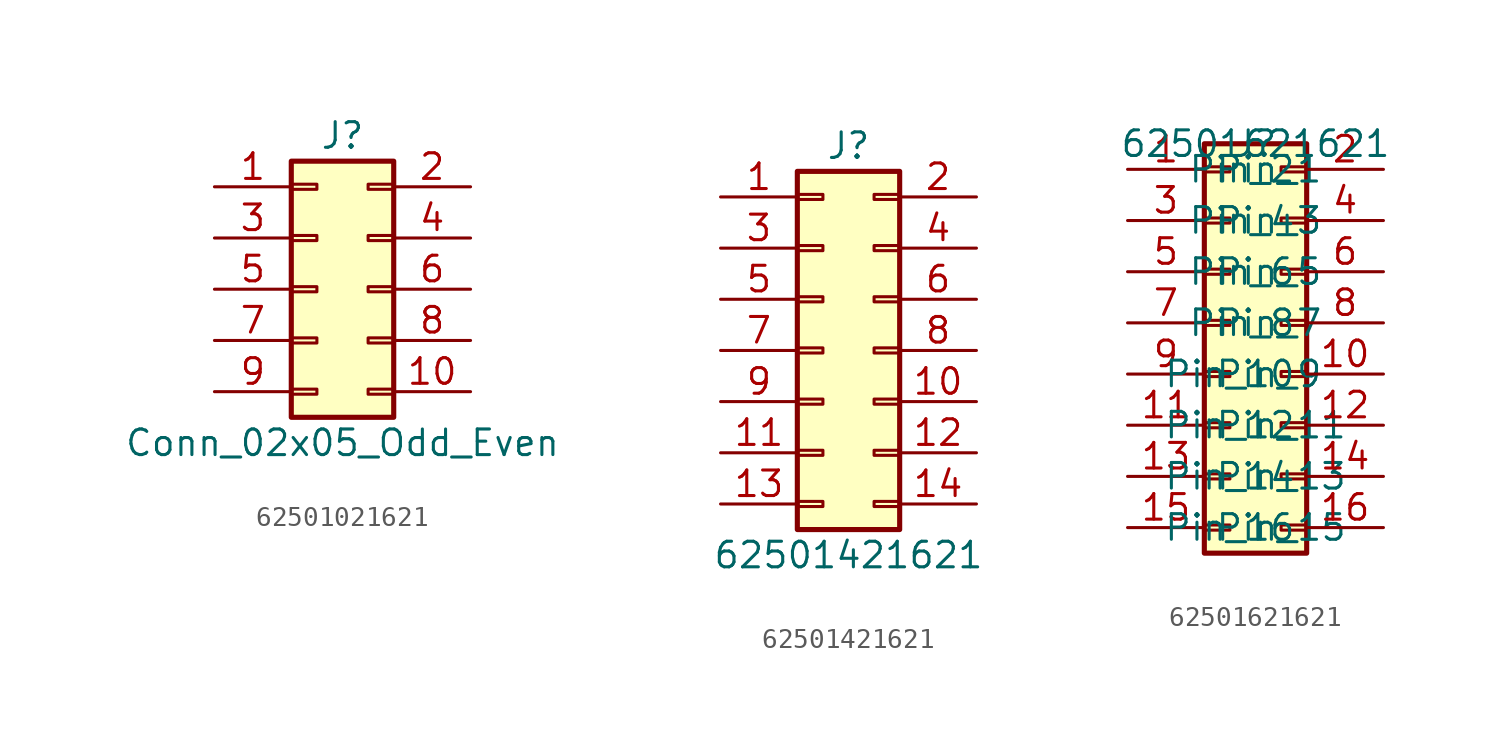
<source format=kicad_sym>
(kicad_symbol_lib
  (version 20231120)
  (generator "kicad_symbol_editor")
  (generator_version "8.0")
  (symbol "62501021621"
    (pin_names
      (offset 1.016) hide)
    (property "Reference" "J"
      (at 0 7.62 0)
      (effects (font (size 1.27 1.27))))
    (property "Value" "Conn_02x05_Odd_Even"
      (at 0 -7.62 0)
      (effects (font (size 1.27 1.27))))
    (symbol "62501021621_1_1"
      (rectangle (start -2.54 -4.953) (end -1.27 -5.207) (stroke (width 0.152) (type default)) (fill (type none)))
      (rectangle (start -2.54 -2.413) (end -1.27 -2.667) (stroke (width 0.152) (type default)) (fill (type none)))
      (rectangle (start -2.54 0.127) (end -1.27 -0.127) (stroke (width 0.152) (type default)) (fill (type none)))
      (rectangle (start -2.54 2.667) (end -1.27 2.413) (stroke (width 0.152) (type default)) (fill (type none)))
      (rectangle (start -2.54 5.207) (end -1.27 4.953) (stroke (width 0.152) (type default)) (fill (type none)))
      (rectangle (start -2.54 6.35) (end 2.54 -6.35) (stroke (width 0.254) (type default)) (fill (type background)))
      (rectangle (start 2.54 -4.953) (end 1.27 -5.207) (stroke (width 0.152) (type default)) (fill (type none)))
      (rectangle (start 2.54 -2.413) (end 1.27 -2.667) (stroke (width 0.152) (type default)) (fill (type none)))
      (rectangle (start 2.54 0.127) (end 1.27 -0.127) (stroke (width 0.152) (type default)) (fill (type none)))
      (rectangle (start 2.54 2.667) (end 1.27 2.413) (stroke (width 0.152) (type default)) (fill (type none)))
      (rectangle (start 2.54 5.207) (end 1.27 4.953) (stroke (width 0.152) (type default)) (fill (type none)))
      (pin passive line (at -6.35 5.08 0) (length 3.81) (name "Pin_1" (effects (font (size 1.27 1.27)))) (number "1" (effects (font (size 1.27 1.27)))))
      (pin passive line (at 6.35 -5.08 180) (length 3.81) (name "Pin_10" (effects (font (size 1.27 1.27)))) (number "10" (effects (font (size 1.27 1.27)))))
      (pin passive line (at 6.35 5.08 180) (length 3.81) (name "Pin_2" (effects (font (size 1.27 1.27)))) (number "2" (effects (font (size 1.27 1.27)))))
      (pin passive line (at -6.35 2.54 0) (length 3.81) (name "Pin_3" (effects (font (size 1.27 1.27)))) (number "3" (effects (font (size 1.27 1.27)))))
      (pin passive line (at 6.35 2.54 180) (length 3.81) (name "Pin_4" (effects (font (size 1.27 1.27)))) (number "4" (effects (font (size 1.27 1.27)))))
      (pin passive line (at -6.35 0 0) (length 3.81) (name "Pin_5" (effects (font (size 1.27 1.27)))) (number "5" (effects (font (size 1.27 1.27)))))
      (pin passive line (at 6.35 0 180) (length 3.81) (name "Pin_6" (effects (font (size 1.27 1.27)))) (number "6" (effects (font (size 1.27 1.27)))))
      (pin passive line (at -6.35 -2.54 0) (length 3.81) (name "Pin_7" (effects (font (size 1.27 1.27)))) (number "7" (effects (font (size 1.27 1.27)))))
      (pin passive line (at 6.35 -2.54 180) (length 3.81) (name "Pin_8" (effects (font (size 1.27 1.27)))) (number "8" (effects (font (size 1.27 1.27)))))
      (pin passive line (at -6.35 -5.08 0) (length 3.81) (name "Pin_9" (effects (font (size 1.27 1.27)))) (number "9" (effects (font (size 1.27 1.27)))))))
  (symbol "62501421621"
    (pin_names
      (offset 1.016) hide)
    (property "Reference" "J"
      (at 0 10.16 0)
      (effects (font (size 1.27 1.27))))
    (property "Value" "62501421621"
      (at 0 -10.16 0)
      (effects (font (size 1.27 1.27))))
    (symbol "62501421621_1_1"
      (rectangle (start -2.54 -7.493) (end -1.27 -7.747) (stroke (width 0.152) (type default)) (fill (type none)))
      (rectangle (start -2.54 -4.953) (end -1.27 -5.207) (stroke (width 0.152) (type default)) (fill (type none)))
      (rectangle (start -2.54 -2.413) (end -1.27 -2.667) (stroke (width 0.152) (type default)) (fill (type none)))
      (rectangle (start -2.54 0.127) (end -1.27 -0.127) (stroke (width 0.152) (type default)) (fill (type none)))
      (rectangle (start -2.54 2.667) (end -1.27 2.413) (stroke (width 0.152) (type default)) (fill (type none)))
      (rectangle (start -2.54 5.207) (end -1.27 4.953) (stroke (width 0.152) (type default)) (fill (type none)))
      (rectangle (start -2.54 7.747) (end -1.27 7.493) (stroke (width 0.152) (type default)) (fill (type none)))
      (rectangle (start -2.54 8.89) (end 2.54 -8.89) (stroke (width 0.254) (type default)) (fill (type background)))
      (rectangle (start 2.54 -7.493) (end 1.27 -7.747) (stroke (width 0.152) (type default)) (fill (type none)))
      (rectangle (start 2.54 -4.953) (end 1.27 -5.207) (stroke (width 0.152) (type default)) (fill (type none)))
      (rectangle (start 2.54 -2.413) (end 1.27 -2.667) (stroke (width 0.152) (type default)) (fill (type none)))
      (rectangle (start 2.54 0.127) (end 1.27 -0.127) (stroke (width 0.152) (type default)) (fill (type none)))
      (rectangle (start 2.54 2.667) (end 1.27 2.413) (stroke (width 0.152) (type default)) (fill (type none)))
      (rectangle (start 2.54 5.207) (end 1.27 4.953) (stroke (width 0.152) (type default)) (fill (type none)))
      (rectangle (start 2.54 7.747) (end 1.27 7.493) (stroke (width 0.152) (type default)) (fill (type none)))
      (pin passive line (at -6.35 7.62 0) (length 3.81) (name "Pin_1" (effects (font (size 1.27 1.27)))) (number "1" (effects (font (size 1.27 1.27)))))
      (pin passive line (at 6.35 -2.54 180) (length 3.81) (name "Pin_10" (effects (font (size 1.27 1.27)))) (number "10" (effects (font (size 1.27 1.27)))))
      (pin passive line (at -6.35 -5.08 0) (length 3.81) (name "Pin_11" (effects (font (size 1.27 1.27)))) (number "11" (effects (font (size 1.27 1.27)))))
      (pin passive line (at 6.35 -5.08 180) (length 3.81) (name "Pin_12" (effects (font (size 1.27 1.27)))) (number "12" (effects (font (size 1.27 1.27)))))
      (pin passive line (at -6.35 -7.62 0) (length 3.81) (name "Pin_13" (effects (font (size 1.27 1.27)))) (number "13" (effects (font (size 1.27 1.27)))))
      (pin passive line (at 6.35 -7.62 180) (length 3.81) (name "Pin_14" (effects (font (size 1.27 1.27)))) (number "14" (effects (font (size 1.27 1.27)))))
      (pin passive line (at 6.35 7.62 180) (length 3.81) (name "Pin_2" (effects (font (size 1.27 1.27)))) (number "2" (effects (font (size 1.27 1.27)))))
      (pin passive line (at -6.35 5.08 0) (length 3.81) (name "Pin_3" (effects (font (size 1.27 1.27)))) (number "3" (effects (font (size 1.27 1.27)))))
      (pin passive line (at 6.35 5.08 180) (length 3.81) (name "Pin_4" (effects (font (size 1.27 1.27)))) (number "4" (effects (font (size 1.27 1.27)))))
      (pin passive line (at -6.35 2.54 0) (length 3.81) (name "Pin_5" (effects (font (size 1.27 1.27)))) (number "5" (effects (font (size 1.27 1.27)))))
      (pin passive line (at 6.35 2.54 180) (length 3.81) (name "Pin_6" (effects (font (size 1.27 1.27)))) (number "6" (effects (font (size 1.27 1.27)))))
      (pin passive line (at -6.35 0 0) (length 3.81) (name "Pin_7" (effects (font (size 1.27 1.27)))) (number "7" (effects (font (size 1.27 1.27)))))
      (pin passive line (at 6.35 0 180) (length 3.81) (name "Pin_8" (effects (font (size 1.27 1.27)))) (number "8" (effects (font (size 1.27 1.27)))))
      (pin passive line (at -6.35 -2.54 0) (length 3.81) (name "Pin_9" (effects (font (size 1.27 1.27)))) (number "9" (effects (font (size 1.27 1.27)))))))
  (symbol "62501621621"
    (property "Reference" "J"
      (at 0 0 0)
      (effects (font (size 1.27 1.27))))
    (property "Value" "62501621621"
      (at 0 0 0)
      (effects (font (size 1.27 1.27))))
    (symbol "62501621621_1_1"
      (rectangle (start -2.54 -18.923) (end -1.27 -19.177) (stroke (width 0.152) (type default)) (fill (type none)))
      (rectangle (start -2.54 -16.383) (end -1.27 -16.637) (stroke (width 0.152) (type default)) (fill (type none)))
      (rectangle (start -2.54 -13.843) (end -1.27 -14.097) (stroke (width 0.152) (type default)) (fill (type none)))
      (rectangle (start -2.54 -11.303) (end -1.27 -11.557) (stroke (width 0.152) (type default)) (fill (type none)))
      (rectangle (start -2.54 -8.763) (end -1.27 -9.017) (stroke (width 0.152) (type default)) (fill (type none)))
      (rectangle (start -2.54 -6.223) (end -1.27 -6.477) (stroke (width 0.152) (type default)) (fill (type none)))
      (rectangle (start -2.54 -3.683) (end -1.27 -3.937) (stroke (width 0.152) (type default)) (fill (type none)))
      (rectangle (start -2.54 -1.143) (end -1.27 -1.397) (stroke (width 0.152) (type default)) (fill (type none)))
      (rectangle (start -2.54 0) (end 2.54 -20.32) (stroke (width 0.254) (type default)) (fill (type background)))
      (rectangle (start 2.54 -18.923) (end 1.27 -19.177) (stroke (width 0.152) (type default)) (fill (type none)))
      (rectangle (start 2.54 -16.383) (end 1.27 -16.637) (stroke (width 0.152) (type default)) (fill (type none)))
      (rectangle (start 2.54 -13.843) (end 1.27 -14.097) (stroke (width 0.152) (type default)) (fill (type none)))
      (rectangle (start 2.54 -11.303) (end 1.27 -11.557) (stroke (width 0.152) (type default)) (fill (type none)))
      (rectangle (start 2.54 -8.763) (end 1.27 -9.017) (stroke (width 0.152) (type default)) (fill (type none)))
      (rectangle (start 2.54 -6.223) (end 1.27 -6.477) (stroke (width 0.152) (type default)) (fill (type none)))
      (rectangle (start 2.54 -3.683) (end 1.27 -3.937) (stroke (width 0.152) (type default)) (fill (type none)))
      (rectangle (start 2.54 -1.143) (end 1.27 -1.397) (stroke (width 0.152) (type default)) (fill (type none)))
      (pin passive line (at -6.35 -1.27 0) (length 3.81) (name "Pin_1" (effects (font (size 1.27 1.27)))) (number "1" (effects (font (size 1.27 1.27)))))
      (pin passive line (at 6.35 -11.43 180) (length 3.81) (name "Pin_10" (effects (font (size 1.27 1.27)))) (number "10" (effects (font (size 1.27 1.27)))))
      (pin passive line (at -6.35 -13.97 0) (length 3.81) (name "Pin_11" (effects (font (size 1.27 1.27)))) (number "11" (effects (font (size 1.27 1.27)))))
      (pin passive line (at 6.35 -13.97 180) (length 3.81) (name "Pin_12" (effects (font (size 1.27 1.27)))) (number "12" (effects (font (size 1.27 1.27)))))
      (pin passive line (at -6.35 -16.51 0) (length 3.81) (name "Pin_13" (effects (font (size 1.27 1.27)))) (number "13" (effects (font (size 1.27 1.27)))))
      (pin passive line (at 6.35 -16.51 180) (length 3.81) (name "Pin_14" (effects (font (size 1.27 1.27)))) (number "14" (effects (font (size 1.27 1.27)))))
      (pin passive line (at -6.35 -19.05 0) (length 3.81) (name "Pin_15" (effects (font (size 1.27 1.27)))) (number "15" (effects (font (size 1.27 1.27)))))
      (pin passive line (at 6.35 -19.05 180) (length 3.81) (name "Pin_16" (effects (font (size 1.27 1.27)))) (number "16" (effects (font (size 1.27 1.27)))))
      (pin passive line (at 6.35 -1.27 180) (length 3.81) (name "Pin_2" (effects (font (size 1.27 1.27)))) (number "2" (effects (font (size 1.27 1.27)))))
      (pin passive line (at -6.35 -3.81 0) (length 3.81) (name "Pin_3" (effects (font (size 1.27 1.27)))) (number "3" (effects (font (size 1.27 1.27)))))
      (pin passive line (at 6.35 -3.81 180) (length 3.81) (name "Pin_4" (effects (font (size 1.27 1.27)))) (number "4" (effects (font (size 1.27 1.27)))))
      (pin passive line (at -6.35 -6.35 0) (length 3.81) (name "Pin_5" (effects (font (size 1.27 1.27)))) (number "5" (effects (font (size 1.27 1.27)))))
      (pin passive line (at 6.35 -6.35 180) (length 3.81) (name "Pin_6" (effects (font (size 1.27 1.27)))) (number "6" (effects (font (size 1.27 1.27)))))
      (pin passive line (at -6.35 -8.89 0) (length 3.81) (name "Pin_7" (effects (font (size 1.27 1.27)))) (number "7" (effects (font (size 1.27 1.27)))))
      (pin passive line (at 6.35 -8.89 180) (length 3.81) (name "Pin_8" (effects (font (size 1.27 1.27)))) (number "8" (effects (font (size 1.27 1.27)))))
      (pin passive line (at -6.35 -11.43 0) (length 3.81) (name "Pin_9" (effects (font (size 1.27 1.27)))) (number "9" (effects (font (size 1.27 1.27))))))))
</source>
